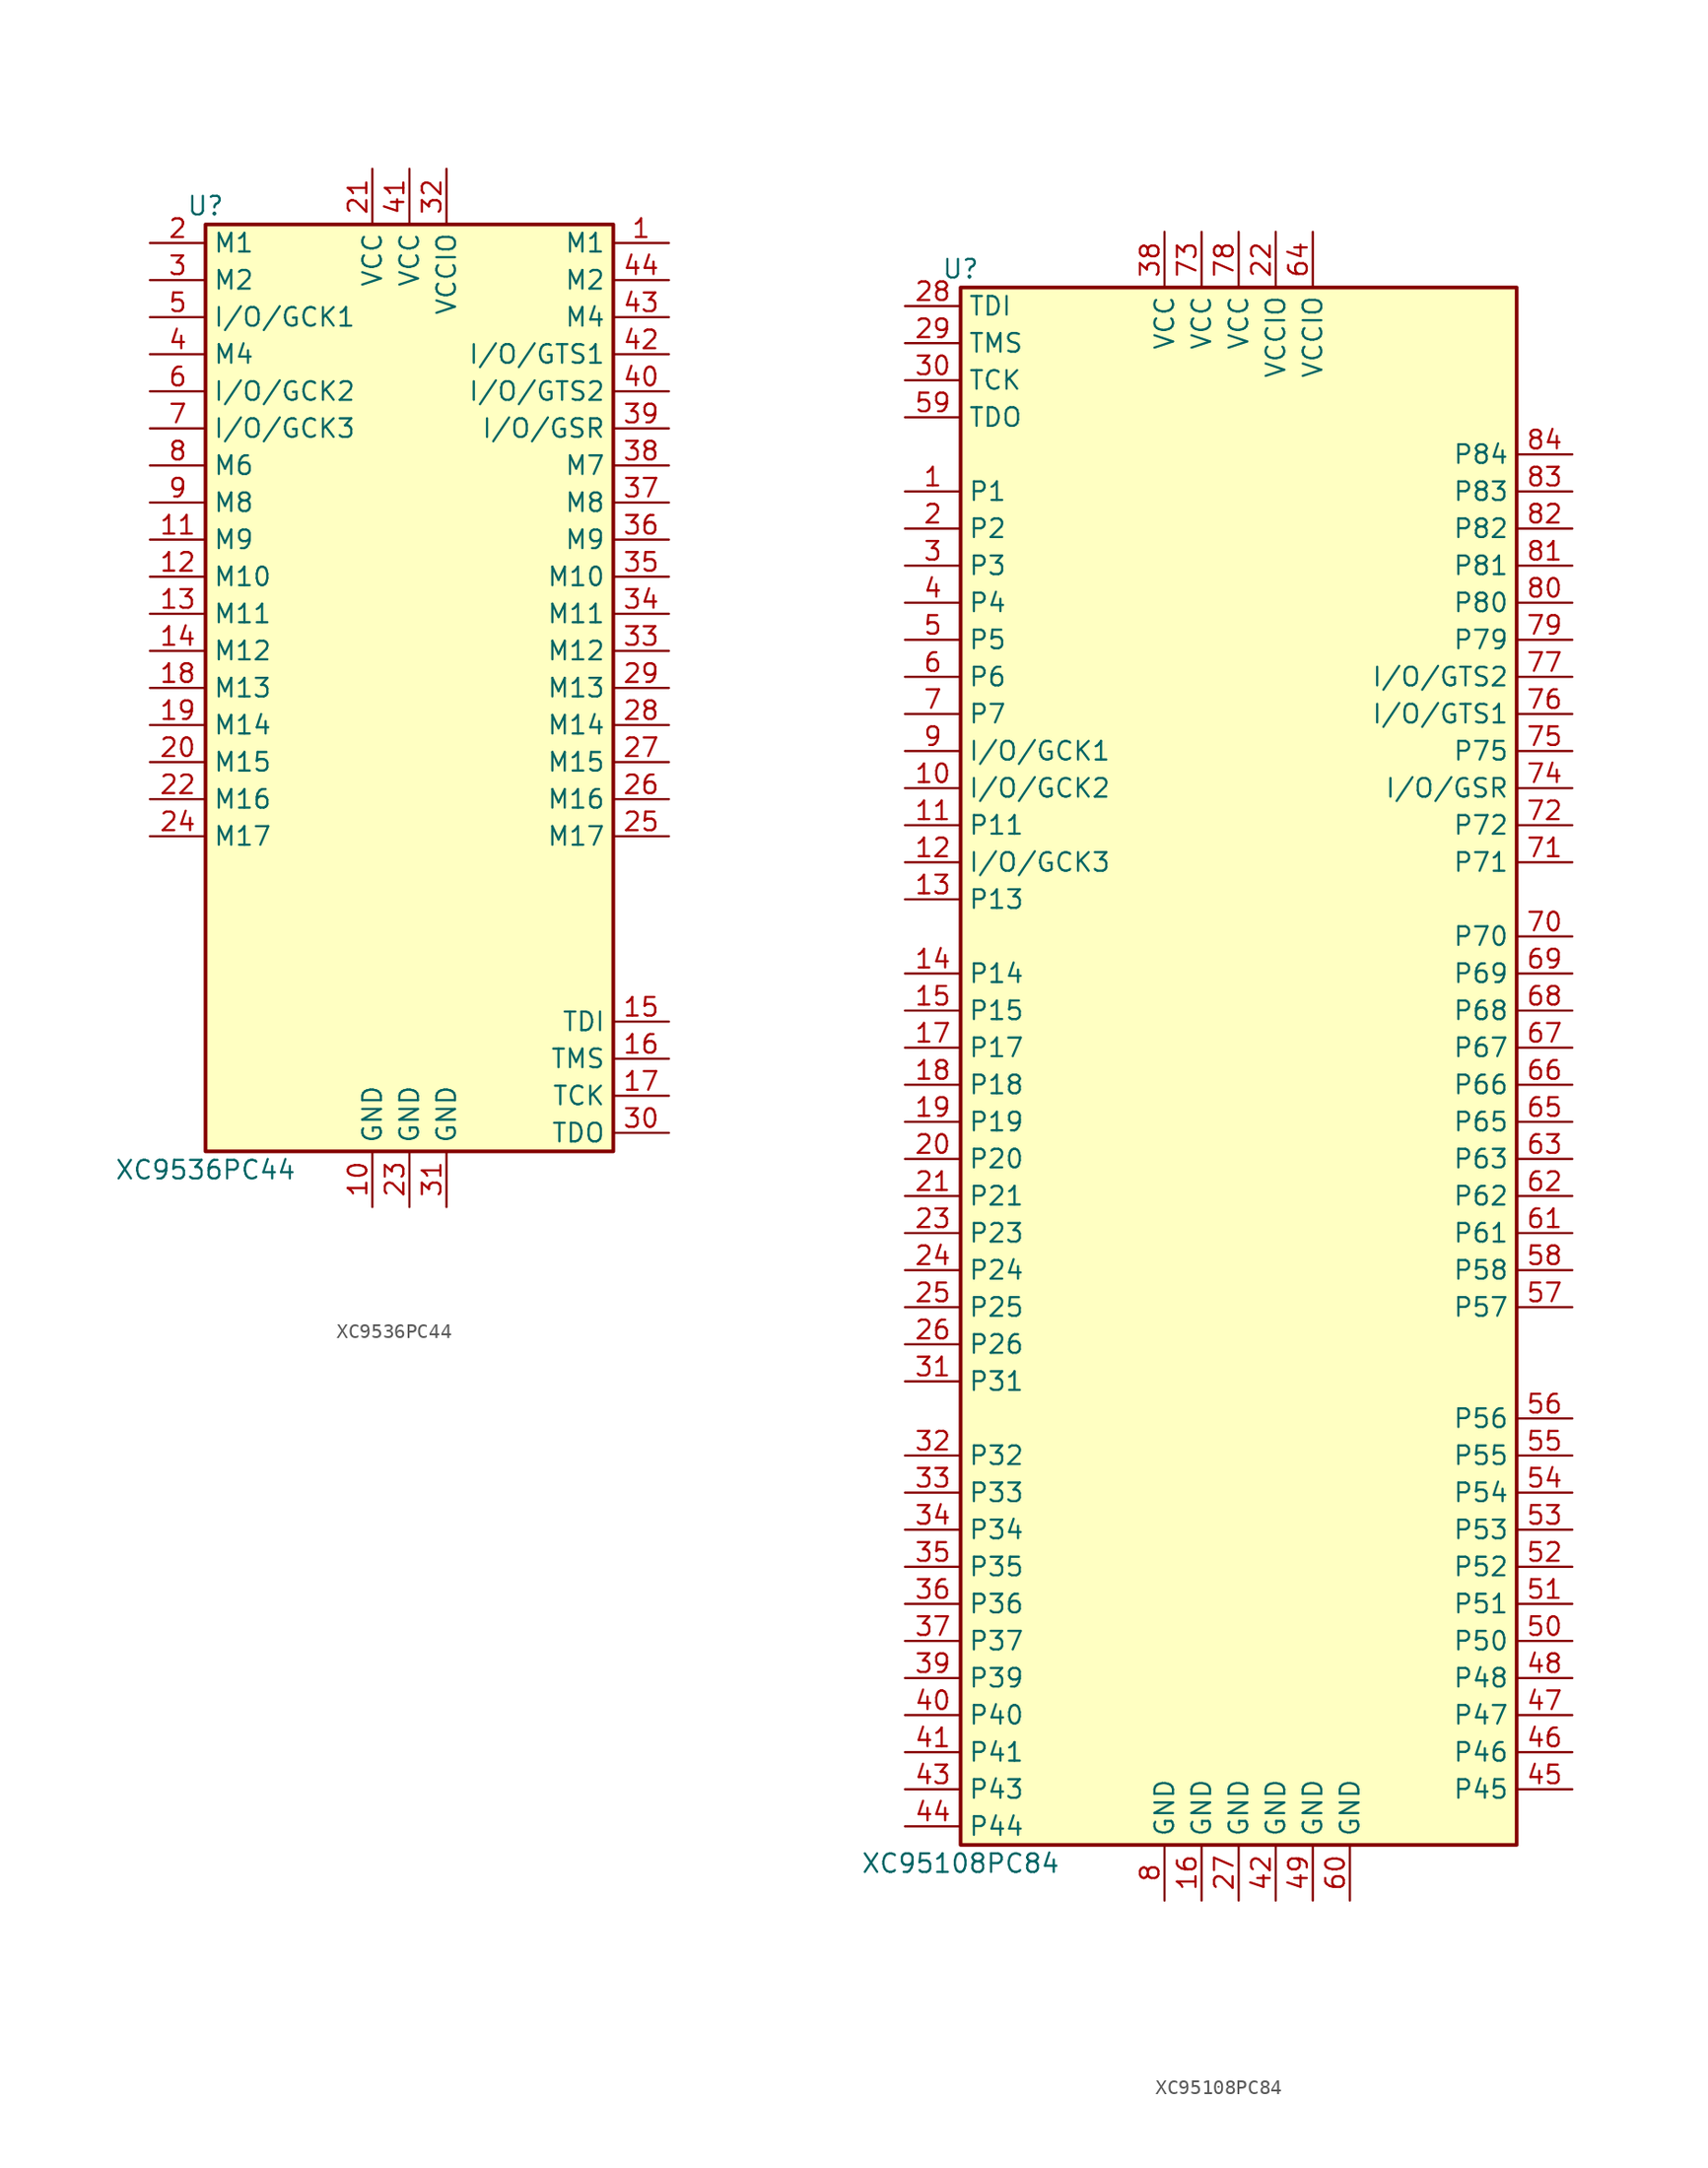
<source format=kicad_sym>
(kicad_symbol_lib
  (version 20211014)
  (generator kicad_symbol_editor)
  (symbol "XC9536PC44"
    (property "Reference" "U"
      (at -13.97 33.02 0)
      (effects (font (size 1.27 1.27))))
    (property "Value" "XC9536PC44"
      (at -13.97 -33.02 0)
      (effects (font (size 1.27 1.27))))
    (symbol "XC9536PC44_1_1"
      (rectangle (start -13.97 31.75) (end 13.97 -31.75) (stroke (width 0.254) (type default) (color 0 0 0 0)) (fill (type background)))
      (pin bidirectional line (at 17.78 30.48 180) (length 3.81) (name "M1" (effects (font (size 1.27 1.27)))) (number "1" (effects (font (size 1.27 1.27)))))
      (pin power_in line (at -2.54 -35.56 90) (length 3.81) (name "GND" (effects (font (size 1.27 1.27)))) (number "10" (effects (font (size 1.27 1.27)))))
      (pin bidirectional line (at -17.78 10.16 0) (length 3.81) (name "M9" (effects (font (size 1.27 1.27)))) (number "11" (effects (font (size 1.27 1.27)))))
      (pin bidirectional line (at -17.78 7.62 0) (length 3.81) (name "M10" (effects (font (size 1.27 1.27)))) (number "12" (effects (font (size 1.27 1.27)))))
      (pin bidirectional line (at -17.78 5.08 0) (length 3.81) (name "M11" (effects (font (size 1.27 1.27)))) (number "13" (effects (font (size 1.27 1.27)))))
      (pin bidirectional line (at -17.78 2.54 0) (length 3.81) (name "M12" (effects (font (size 1.27 1.27)))) (number "14" (effects (font (size 1.27 1.27)))))
      (pin input line (at 17.78 -22.86 180) (length 3.81) (name "TDI" (effects (font (size 1.27 1.27)))) (number "15" (effects (font (size 1.27 1.27)))))
      (pin input line (at 17.78 -25.4 180) (length 3.81) (name "TMS" (effects (font (size 1.27 1.27)))) (number "16" (effects (font (size 1.27 1.27)))))
      (pin input line (at 17.78 -27.94 180) (length 3.81) (name "TCK" (effects (font (size 1.27 1.27)))) (number "17" (effects (font (size 1.27 1.27)))))
      (pin bidirectional line (at -17.78 0 0) (length 3.81) (name "M13" (effects (font (size 1.27 1.27)))) (number "18" (effects (font (size 1.27 1.27)))))
      (pin bidirectional line (at -17.78 -2.54 0) (length 3.81) (name "M14" (effects (font (size 1.27 1.27)))) (number "19" (effects (font (size 1.27 1.27)))))
      (pin bidirectional line (at -17.78 30.48 0) (length 3.81) (name "M1" (effects (font (size 1.27 1.27)))) (number "2" (effects (font (size 1.27 1.27)))))
      (pin bidirectional line (at -17.78 -5.08 0) (length 3.81) (name "M15" (effects (font (size 1.27 1.27)))) (number "20" (effects (font (size 1.27 1.27)))))
      (pin power_in line (at -2.54 35.56 270) (length 3.81) (name "VCC" (effects (font (size 1.27 1.27)))) (number "21" (effects (font (size 1.27 1.27)))))
      (pin bidirectional line (at -17.78 -7.62 0) (length 3.81) (name "M16" (effects (font (size 1.27 1.27)))) (number "22" (effects (font (size 1.27 1.27)))))
      (pin power_in line (at 0 -35.56 90) (length 3.81) (name "GND" (effects (font (size 1.27 1.27)))) (number "23" (effects (font (size 1.27 1.27)))))
      (pin bidirectional line (at -17.78 -10.16 0) (length 3.81) (name "M17" (effects (font (size 1.27 1.27)))) (number "24" (effects (font (size 1.27 1.27)))))
      (pin bidirectional line (at 17.78 -10.16 180) (length 3.81) (name "M17" (effects (font (size 1.27 1.27)))) (number "25" (effects (font (size 1.27 1.27)))))
      (pin bidirectional line (at 17.78 -7.62 180) (length 3.81) (name "M16" (effects (font (size 1.27 1.27)))) (number "26" (effects (font (size 1.27 1.27)))))
      (pin bidirectional line (at 17.78 -5.08 180) (length 3.81) (name "M15" (effects (font (size 1.27 1.27)))) (number "27" (effects (font (size 1.27 1.27)))))
      (pin bidirectional line (at 17.78 -2.54 180) (length 3.81) (name "M14" (effects (font (size 1.27 1.27)))) (number "28" (effects (font (size 1.27 1.27)))))
      (pin bidirectional line (at 17.78 0 180) (length 3.81) (name "M13" (effects (font (size 1.27 1.27)))) (number "29" (effects (font (size 1.27 1.27)))))
      (pin bidirectional line (at -17.78 27.94 0) (length 3.81) (name "M2" (effects (font (size 1.27 1.27)))) (number "3" (effects (font (size 1.27 1.27)))))
      (pin output line (at 17.78 -30.48 180) (length 3.81) (name "TDO" (effects (font (size 1.27 1.27)))) (number "30" (effects (font (size 1.27 1.27)))))
      (pin power_in line (at 2.54 -35.56 90) (length 3.81) (name "GND" (effects (font (size 1.27 1.27)))) (number "31" (effects (font (size 1.27 1.27)))))
      (pin power_in line (at 2.54 35.56 270) (length 3.81) (name "VCCIO" (effects (font (size 1.27 1.27)))) (number "32" (effects (font (size 1.27 1.27)))))
      (pin bidirectional line (at 17.78 2.54 180) (length 3.81) (name "M12" (effects (font (size 1.27 1.27)))) (number "33" (effects (font (size 1.27 1.27)))))
      (pin bidirectional line (at 17.78 5.08 180) (length 3.81) (name "M11" (effects (font (size 1.27 1.27)))) (number "34" (effects (font (size 1.27 1.27)))))
      (pin bidirectional line (at 17.78 7.62 180) (length 3.81) (name "M10" (effects (font (size 1.27 1.27)))) (number "35" (effects (font (size 1.27 1.27)))))
      (pin bidirectional line (at 17.78 10.16 180) (length 3.81) (name "M9" (effects (font (size 1.27 1.27)))) (number "36" (effects (font (size 1.27 1.27)))))
      (pin bidirectional line (at 17.78 12.7 180) (length 3.81) (name "M8" (effects (font (size 1.27 1.27)))) (number "37" (effects (font (size 1.27 1.27)))))
      (pin bidirectional line (at 17.78 15.24 180) (length 3.81) (name "M7" (effects (font (size 1.27 1.27)))) (number "38" (effects (font (size 1.27 1.27)))))
      (pin bidirectional line (at 17.78 17.78 180) (length 3.81) (name "I/O/GSR" (effects (font (size 1.27 1.27)))) (number "39" (effects (font (size 1.27 1.27)))))
      (pin bidirectional line (at -17.78 22.86 0) (length 3.81) (name "M4" (effects (font (size 1.27 1.27)))) (number "4" (effects (font (size 1.27 1.27)))))
      (pin bidirectional line (at 17.78 20.32 180) (length 3.81) (name "I/O/GTS2" (effects (font (size 1.27 1.27)))) (number "40" (effects (font (size 1.27 1.27)))))
      (pin power_in line (at 0 35.56 270) (length 3.81) (name "VCC" (effects (font (size 1.27 1.27)))) (number "41" (effects (font (size 1.27 1.27)))))
      (pin bidirectional line (at 17.78 22.86 180) (length 3.81) (name "I/O/GTS1" (effects (font (size 1.27 1.27)))) (number "42" (effects (font (size 1.27 1.27)))))
      (pin bidirectional line (at 17.78 25.4 180) (length 3.81) (name "M4" (effects (font (size 1.27 1.27)))) (number "43" (effects (font (size 1.27 1.27)))))
      (pin bidirectional line (at 17.78 27.94 180) (length 3.81) (name "M2" (effects (font (size 1.27 1.27)))) (number "44" (effects (font (size 1.27 1.27)))))
      (pin bidirectional line (at -17.78 25.4 0) (length 3.81) (name "I/O/GCK1" (effects (font (size 1.27 1.27)))) (number "5" (effects (font (size 1.27 1.27)))))
      (pin bidirectional line (at -17.78 20.32 0) (length 3.81) (name "I/O/GCK2" (effects (font (size 1.27 1.27)))) (number "6" (effects (font (size 1.27 1.27)))))
      (pin bidirectional line (at -17.78 17.78 0) (length 3.81) (name "I/O/GCK3" (effects (font (size 1.27 1.27)))) (number "7" (effects (font (size 1.27 1.27)))))
      (pin bidirectional line (at -17.78 15.24 0) (length 3.81) (name "M6" (effects (font (size 1.27 1.27)))) (number "8" (effects (font (size 1.27 1.27)))))
      (pin bidirectional line (at -17.78 12.7 0) (length 3.81) (name "M8" (effects (font (size 1.27 1.27)))) (number "9" (effects (font (size 1.27 1.27)))))))
  (symbol "XC95108PC84"
    (property "Reference" "U"
      (at -19.05 53.34 0)
      (effects (font (size 1.27 1.27))))
    (property "Value" "XC95108PC84"
      (at -19.05 -55.88 0)
      (effects (font (size 1.27 1.27))))
    (symbol "XC95108PC84_1_1"
      (rectangle (start -19.05 52.07) (end 19.05 -54.61) (stroke (width 0.254) (type default) (color 0 0 0 0)) (fill (type background)))
      (pin bidirectional line (at -22.86 38.1 0) (length 3.81) (name "P1" (effects (font (size 1.27 1.27)))) (number "1" (effects (font (size 1.27 1.27)))))
      (pin bidirectional line (at -22.86 17.78 0) (length 3.81) (name "I/O/GCK2" (effects (font (size 1.27 1.27)))) (number "10" (effects (font (size 1.27 1.27)))))
      (pin bidirectional line (at -22.86 15.24 0) (length 3.81) (name "P11" (effects (font (size 1.27 1.27)))) (number "11" (effects (font (size 1.27 1.27)))))
      (pin bidirectional line (at -22.86 12.7 0) (length 3.81) (name "I/O/GCK3" (effects (font (size 1.27 1.27)))) (number "12" (effects (font (size 1.27 1.27)))))
      (pin bidirectional line (at -22.86 10.16 0) (length 3.81) (name "P13" (effects (font (size 1.27 1.27)))) (number "13" (effects (font (size 1.27 1.27)))))
      (pin bidirectional line (at -22.86 5.08 0) (length 3.81) (name "P14" (effects (font (size 1.27 1.27)))) (number "14" (effects (font (size 1.27 1.27)))))
      (pin bidirectional line (at -22.86 2.54 0) (length 3.81) (name "P15" (effects (font (size 1.27 1.27)))) (number "15" (effects (font (size 1.27 1.27)))))
      (pin power_in line (at -2.54 -58.42 90) (length 3.81) (name "GND" (effects (font (size 1.27 1.27)))) (number "16" (effects (font (size 1.27 1.27)))))
      (pin bidirectional line (at -22.86 0 0) (length 3.81) (name "P17" (effects (font (size 1.27 1.27)))) (number "17" (effects (font (size 1.27 1.27)))))
      (pin bidirectional line (at -22.86 -2.54 0) (length 3.81) (name "P18" (effects (font (size 1.27 1.27)))) (number "18" (effects (font (size 1.27 1.27)))))
      (pin bidirectional line (at -22.86 -5.08 0) (length 3.81) (name "P19" (effects (font (size 1.27 1.27)))) (number "19" (effects (font (size 1.27 1.27)))))
      (pin bidirectional line (at -22.86 35.56 0) (length 3.81) (name "P2" (effects (font (size 1.27 1.27)))) (number "2" (effects (font (size 1.27 1.27)))))
      (pin bidirectional line (at -22.86 -7.62 0) (length 3.81) (name "P20" (effects (font (size 1.27 1.27)))) (number "20" (effects (font (size 1.27 1.27)))))
      (pin bidirectional line (at -22.86 -10.16 0) (length 3.81) (name "P21" (effects (font (size 1.27 1.27)))) (number "21" (effects (font (size 1.27 1.27)))))
      (pin power_in line (at 2.54 55.88 270) (length 3.81) (name "VCCIO" (effects (font (size 1.27 1.27)))) (number "22" (effects (font (size 1.27 1.27)))))
      (pin bidirectional line (at -22.86 -12.7 0) (length 3.81) (name "P23" (effects (font (size 1.27 1.27)))) (number "23" (effects (font (size 1.27 1.27)))))
      (pin bidirectional line (at -22.86 -15.24 0) (length 3.81) (name "P24" (effects (font (size 1.27 1.27)))) (number "24" (effects (font (size 1.27 1.27)))))
      (pin bidirectional line (at -22.86 -17.78 0) (length 3.81) (name "P25" (effects (font (size 1.27 1.27)))) (number "25" (effects (font (size 1.27 1.27)))))
      (pin bidirectional line (at -22.86 -20.32 0) (length 3.81) (name "P26" (effects (font (size 1.27 1.27)))) (number "26" (effects (font (size 1.27 1.27)))))
      (pin power_in line (at 0 -58.42 90) (length 3.81) (name "GND" (effects (font (size 1.27 1.27)))) (number "27" (effects (font (size 1.27 1.27)))))
      (pin input line (at -22.86 50.8 0) (length 3.81) (name "TDI" (effects (font (size 1.27 1.27)))) (number "28" (effects (font (size 1.27 1.27)))))
      (pin input line (at -22.86 48.26 0) (length 3.81) (name "TMS" (effects (font (size 1.27 1.27)))) (number "29" (effects (font (size 1.27 1.27)))))
      (pin bidirectional line (at -22.86 33.02 0) (length 3.81) (name "P3" (effects (font (size 1.27 1.27)))) (number "3" (effects (font (size 1.27 1.27)))))
      (pin input line (at -22.86 45.72 0) (length 3.81) (name "TCK" (effects (font (size 1.27 1.27)))) (number "30" (effects (font (size 1.27 1.27)))))
      (pin bidirectional line (at -22.86 -22.86 0) (length 3.81) (name "P31" (effects (font (size 1.27 1.27)))) (number "31" (effects (font (size 1.27 1.27)))))
      (pin bidirectional line (at -22.86 -27.94 0) (length 3.81) (name "P32" (effects (font (size 1.27 1.27)))) (number "32" (effects (font (size 1.27 1.27)))))
      (pin bidirectional line (at -22.86 -30.48 0) (length 3.81) (name "P33" (effects (font (size 1.27 1.27)))) (number "33" (effects (font (size 1.27 1.27)))))
      (pin bidirectional line (at -22.86 -33.02 0) (length 3.81) (name "P34" (effects (font (size 1.27 1.27)))) (number "34" (effects (font (size 1.27 1.27)))))
      (pin bidirectional line (at -22.86 -35.56 0) (length 3.81) (name "P35" (effects (font (size 1.27 1.27)))) (number "35" (effects (font (size 1.27 1.27)))))
      (pin bidirectional line (at -22.86 -38.1 0) (length 3.81) (name "P36" (effects (font (size 1.27 1.27)))) (number "36" (effects (font (size 1.27 1.27)))))
      (pin bidirectional line (at -22.86 -40.64 0) (length 3.81) (name "P37" (effects (font (size 1.27 1.27)))) (number "37" (effects (font (size 1.27 1.27)))))
      (pin power_in line (at -5.08 55.88 270) (length 3.81) (name "VCC" (effects (font (size 1.27 1.27)))) (number "38" (effects (font (size 1.27 1.27)))))
      (pin bidirectional line (at -22.86 -43.18 0) (length 3.81) (name "P39" (effects (font (size 1.27 1.27)))) (number "39" (effects (font (size 1.27 1.27)))))
      (pin bidirectional line (at -22.86 30.48 0) (length 3.81) (name "P4" (effects (font (size 1.27 1.27)))) (number "4" (effects (font (size 1.27 1.27)))))
      (pin bidirectional line (at -22.86 -45.72 0) (length 3.81) (name "P40" (effects (font (size 1.27 1.27)))) (number "40" (effects (font (size 1.27 1.27)))))
      (pin bidirectional line (at -22.86 -48.26 0) (length 3.81) (name "P41" (effects (font (size 1.27 1.27)))) (number "41" (effects (font (size 1.27 1.27)))))
      (pin power_in line (at 2.54 -58.42 90) (length 3.81) (name "GND" (effects (font (size 1.27 1.27)))) (number "42" (effects (font (size 1.27 1.27)))))
      (pin bidirectional line (at -22.86 -50.8 0) (length 3.81) (name "P43" (effects (font (size 1.27 1.27)))) (number "43" (effects (font (size 1.27 1.27)))))
      (pin bidirectional line (at -22.86 -53.34 0) (length 3.81) (name "P44" (effects (font (size 1.27 1.27)))) (number "44" (effects (font (size 1.27 1.27)))))
      (pin bidirectional line (at 22.86 -50.8 180) (length 3.81) (name "P45" (effects (font (size 1.27 1.27)))) (number "45" (effects (font (size 1.27 1.27)))))
      (pin bidirectional line (at 22.86 -48.26 180) (length 3.81) (name "P46" (effects (font (size 1.27 1.27)))) (number "46" (effects (font (size 1.27 1.27)))))
      (pin bidirectional line (at 22.86 -45.72 180) (length 3.81) (name "P47" (effects (font (size 1.27 1.27)))) (number "47" (effects (font (size 1.27 1.27)))))
      (pin bidirectional line (at 22.86 -43.18 180) (length 3.81) (name "P48" (effects (font (size 1.27 1.27)))) (number "48" (effects (font (size 1.27 1.27)))))
      (pin power_in line (at 5.08 -58.42 90) (length 3.81) (name "GND" (effects (font (size 1.27 1.27)))) (number "49" (effects (font (size 1.27 1.27)))))
      (pin bidirectional line (at -22.86 27.94 0) (length 3.81) (name "P5" (effects (font (size 1.27 1.27)))) (number "5" (effects (font (size 1.27 1.27)))))
      (pin bidirectional line (at 22.86 -40.64 180) (length 3.81) (name "P50" (effects (font (size 1.27 1.27)))) (number "50" (effects (font (size 1.27 1.27)))))
      (pin bidirectional line (at 22.86 -38.1 180) (length 3.81) (name "P51" (effects (font (size 1.27 1.27)))) (number "51" (effects (font (size 1.27 1.27)))))
      (pin bidirectional line (at 22.86 -35.56 180) (length 3.81) (name "P52" (effects (font (size 1.27 1.27)))) (number "52" (effects (font (size 1.27 1.27)))))
      (pin bidirectional line (at 22.86 -33.02 180) (length 3.81) (name "P53" (effects (font (size 1.27 1.27)))) (number "53" (effects (font (size 1.27 1.27)))))
      (pin bidirectional line (at 22.86 -30.48 180) (length 3.81) (name "P54" (effects (font (size 1.27 1.27)))) (number "54" (effects (font (size 1.27 1.27)))))
      (pin bidirectional line (at 22.86 -27.94 180) (length 3.81) (name "P55" (effects (font (size 1.27 1.27)))) (number "55" (effects (font (size 1.27 1.27)))))
      (pin bidirectional line (at 22.86 -25.4 180) (length 3.81) (name "P56" (effects (font (size 1.27 1.27)))) (number "56" (effects (font (size 1.27 1.27)))))
      (pin bidirectional line (at 22.86 -17.78 180) (length 3.81) (name "P57" (effects (font (size 1.27 1.27)))) (number "57" (effects (font (size 1.27 1.27)))))
      (pin bidirectional line (at 22.86 -15.24 180) (length 3.81) (name "P58" (effects (font (size 1.27 1.27)))) (number "58" (effects (font (size 1.27 1.27)))))
      (pin output line (at -22.86 43.18 0) (length 3.81) (name "TDO" (effects (font (size 1.27 1.27)))) (number "59" (effects (font (size 1.27 1.27)))))
      (pin bidirectional line (at -22.86 25.4 0) (length 3.81) (name "P6" (effects (font (size 1.27 1.27)))) (number "6" (effects (font (size 1.27 1.27)))))
      (pin power_in line (at 7.62 -58.42 90) (length 3.81) (name "GND" (effects (font (size 1.27 1.27)))) (number "60" (effects (font (size 1.27 1.27)))))
      (pin bidirectional line (at 22.86 -12.7 180) (length 3.81) (name "P61" (effects (font (size 1.27 1.27)))) (number "61" (effects (font (size 1.27 1.27)))))
      (pin bidirectional line (at 22.86 -10.16 180) (length 3.81) (name "P62" (effects (font (size 1.27 1.27)))) (number "62" (effects (font (size 1.27 1.27)))))
      (pin bidirectional line (at 22.86 -7.62 180) (length 3.81) (name "P63" (effects (font (size 1.27 1.27)))) (number "63" (effects (font (size 1.27 1.27)))))
      (pin power_in line (at 5.08 55.88 270) (length 3.81) (name "VCCIO" (effects (font (size 1.27 1.27)))) (number "64" (effects (font (size 1.27 1.27)))))
      (pin bidirectional line (at 22.86 -5.08 180) (length 3.81) (name "P65" (effects (font (size 1.27 1.27)))) (number "65" (effects (font (size 1.27 1.27)))))
      (pin bidirectional line (at 22.86 -2.54 180) (length 3.81) (name "P66" (effects (font (size 1.27 1.27)))) (number "66" (effects (font (size 1.27 1.27)))))
      (pin bidirectional line (at 22.86 0 180) (length 3.81) (name "P67" (effects (font (size 1.27 1.27)))) (number "67" (effects (font (size 1.27 1.27)))))
      (pin bidirectional line (at 22.86 2.54 180) (length 3.81) (name "P68" (effects (font (size 1.27 1.27)))) (number "68" (effects (font (size 1.27 1.27)))))
      (pin bidirectional line (at 22.86 5.08 180) (length 3.81) (name "P69" (effects (font (size 1.27 1.27)))) (number "69" (effects (font (size 1.27 1.27)))))
      (pin bidirectional line (at -22.86 22.86 0) (length 3.81) (name "P7" (effects (font (size 1.27 1.27)))) (number "7" (effects (font (size 1.27 1.27)))))
      (pin bidirectional line (at 22.86 7.62 180) (length 3.81) (name "P70" (effects (font (size 1.27 1.27)))) (number "70" (effects (font (size 1.27 1.27)))))
      (pin bidirectional line (at 22.86 12.7 180) (length 3.81) (name "P71" (effects (font (size 1.27 1.27)))) (number "71" (effects (font (size 1.27 1.27)))))
      (pin bidirectional line (at 22.86 15.24 180) (length 3.81) (name "P72" (effects (font (size 1.27 1.27)))) (number "72" (effects (font (size 1.27 1.27)))))
      (pin power_in line (at -2.54 55.88 270) (length 3.81) (name "VCC" (effects (font (size 1.27 1.27)))) (number "73" (effects (font (size 1.27 1.27)))))
      (pin bidirectional line (at 22.86 17.78 180) (length 3.81) (name "I/O/GSR" (effects (font (size 1.27 1.27)))) (number "74" (effects (font (size 1.27 1.27)))))
      (pin bidirectional line (at 22.86 20.32 180) (length 3.81) (name "P75" (effects (font (size 1.27 1.27)))) (number "75" (effects (font (size 1.27 1.27)))))
      (pin bidirectional line (at 22.86 22.86 180) (length 3.81) (name "I/O/GTS1" (effects (font (size 1.27 1.27)))) (number "76" (effects (font (size 1.27 1.27)))))
      (pin bidirectional line (at 22.86 25.4 180) (length 3.81) (name "I/O/GTS2" (effects (font (size 1.27 1.27)))) (number "77" (effects (font (size 1.27 1.27)))))
      (pin power_in line (at 0 55.88 270) (length 3.81) (name "VCC" (effects (font (size 1.27 1.27)))) (number "78" (effects (font (size 1.27 1.27)))))
      (pin bidirectional line (at 22.86 27.94 180) (length 3.81) (name "P79" (effects (font (size 1.27 1.27)))) (number "79" (effects (font (size 1.27 1.27)))))
      (pin power_in line (at -5.08 -58.42 90) (length 3.81) (name "GND" (effects (font (size 1.27 1.27)))) (number "8" (effects (font (size 1.27 1.27)))))
      (pin bidirectional line (at 22.86 30.48 180) (length 3.81) (name "P80" (effects (font (size 1.27 1.27)))) (number "80" (effects (font (size 1.27 1.27)))))
      (pin bidirectional line (at 22.86 33.02 180) (length 3.81) (name "P81" (effects (font (size 1.27 1.27)))) (number "81" (effects (font (size 1.27 1.27)))))
      (pin bidirectional line (at 22.86 35.56 180) (length 3.81) (name "P82" (effects (font (size 1.27 1.27)))) (number "82" (effects (font (size 1.27 1.27)))))
      (pin bidirectional line (at 22.86 38.1 180) (length 3.81) (name "P83" (effects (font (size 1.27 1.27)))) (number "83" (effects (font (size 1.27 1.27)))))
      (pin bidirectional line (at 22.86 40.64 180) (length 3.81) (name "P84" (effects (font (size 1.27 1.27)))) (number "84" (effects (font (size 1.27 1.27)))))
      (pin bidirectional line (at -22.86 20.32 0) (length 3.81) (name "I/O/GCK1" (effects (font (size 1.27 1.27)))) (number "9" (effects (font (size 1.27 1.27))))))))
</source>
